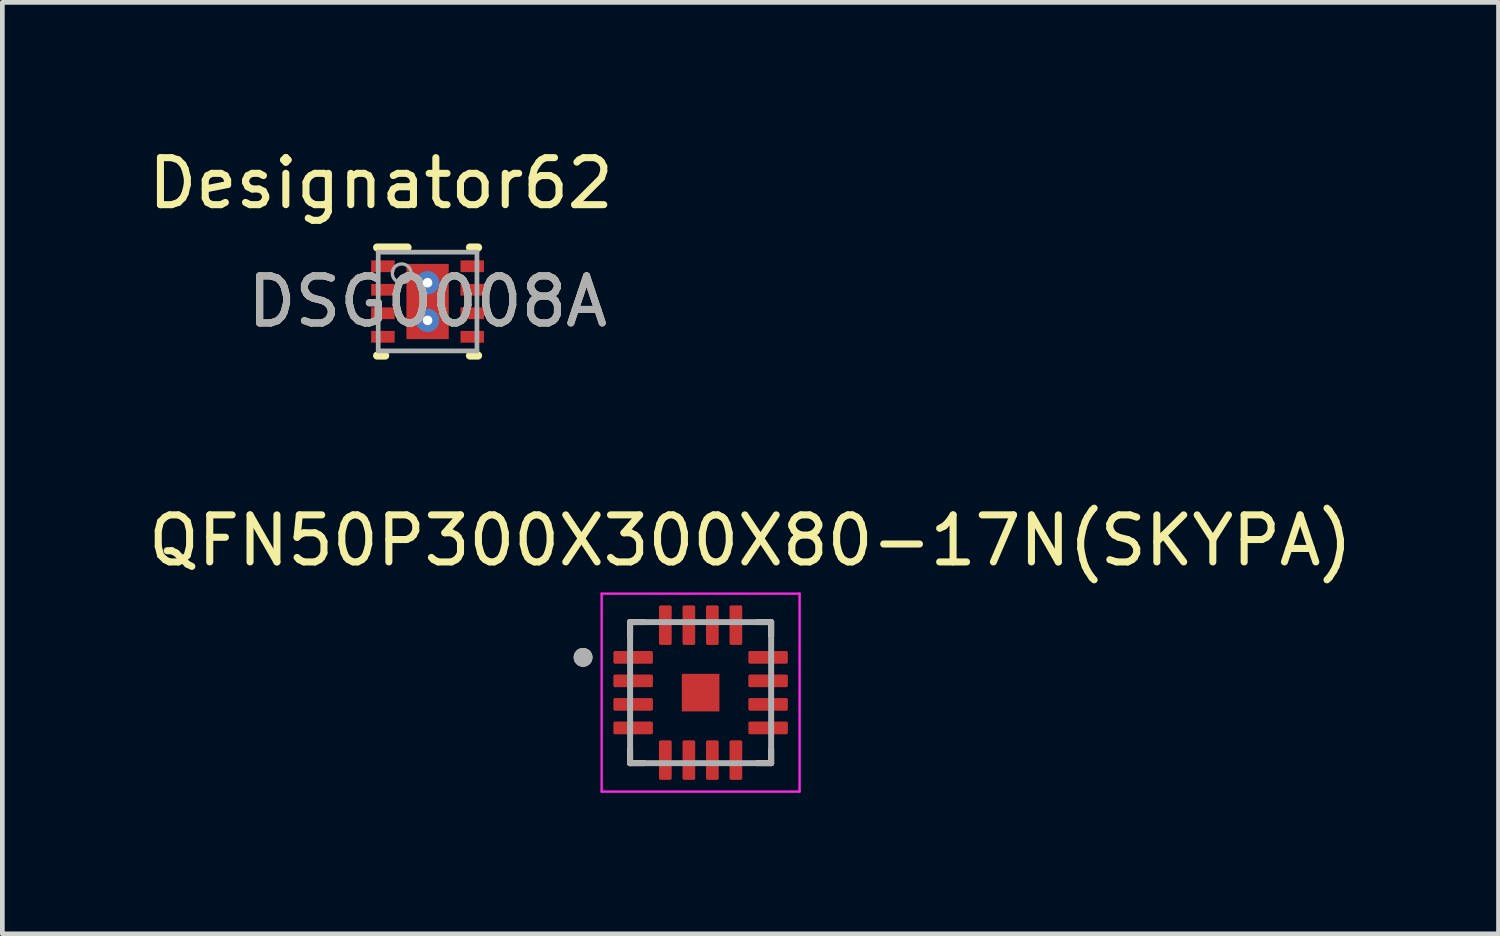
<source format=kicad_pcb>
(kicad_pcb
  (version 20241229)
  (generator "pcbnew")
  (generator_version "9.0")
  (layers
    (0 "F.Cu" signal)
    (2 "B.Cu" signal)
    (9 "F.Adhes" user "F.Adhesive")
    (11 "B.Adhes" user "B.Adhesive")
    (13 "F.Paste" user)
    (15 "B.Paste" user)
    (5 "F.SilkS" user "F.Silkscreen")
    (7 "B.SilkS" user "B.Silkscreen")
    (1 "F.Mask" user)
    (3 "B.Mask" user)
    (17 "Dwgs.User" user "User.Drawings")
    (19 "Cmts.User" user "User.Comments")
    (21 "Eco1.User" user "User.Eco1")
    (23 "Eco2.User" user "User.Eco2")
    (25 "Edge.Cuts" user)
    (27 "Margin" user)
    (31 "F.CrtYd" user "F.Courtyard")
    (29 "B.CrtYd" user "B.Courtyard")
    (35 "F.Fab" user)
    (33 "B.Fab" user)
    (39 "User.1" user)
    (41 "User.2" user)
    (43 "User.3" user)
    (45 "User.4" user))
  (footprint "QFN50P300X300X80-17N(SKYPA)"
    (layer "F.Cu")
    (at 11.851 11.681)
    (property "Reference" "QFN50P300X300X80-17N(SKYPA)" (at 1.06 -3.235 0) (layer "F.SilkS") (effects (font (size 1 1) (thickness 0.15))))
    (attr smd)
    (fp_line (start -1.5 -1.5) (end -1.5 -1.205) (stroke (width 0.127) (type solid)) (layer "F.SilkS"))
    (fp_line (start -1.5 -1.5) (end -1.205 -1.5) (stroke (width 0.127) (type solid)) (layer "F.SilkS"))
    (fp_line (start -1.5 1.5) (end -1.5 1.205) (stroke (width 0.127) (type solid)) (layer "F.SilkS"))
    (fp_line (start -1.5 1.5) (end -1.205 1.5) (stroke (width 0.127) (type solid)) (layer "F.SilkS"))
    (fp_line (start 1.5 -1.5) (end 1.205 -1.5) (stroke (width 0.127) (type solid)) (layer "F.SilkS"))
    (fp_line (start 1.5 -1.5) (end 1.5 -1.205) (stroke (width 0.127) (type solid)) (layer "F.SilkS"))
    (fp_line (start 1.5 1.5) (end 1.205 1.5) (stroke (width 0.127) (type solid)) (layer "F.SilkS"))
    (fp_line (start 1.5 1.5) (end 1.5 1.205) (stroke (width 0.127) (type solid)) (layer "F.SilkS"))
    (fp_circle (center -2.5 -0.75) (end -2.4 -0.75) (stroke (width 0.2) (type solid)) (fill no) (layer "F.SilkS"))
    (fp_poly (pts (xy -0.253 -0.253) (xy 0.253 -0.253) (xy 0.253 0.253) (xy -0.253 0.253)) (stroke (width 0.01) (type solid)) (fill yes) (layer "F.Paste"))
    (fp_line (start -2.105 -2.105) (end 2.105 -2.105) (stroke (width 0.05) (type solid)) (layer "F.CrtYd"))
    (fp_line (start -2.105 2.105) (end -2.105 -2.105) (stroke (width 0.05) (type solid)) (layer "F.CrtYd"))
    (fp_line (start -2.105 2.105) (end 2.105 2.105) (stroke (width 0.05) (type solid)) (layer "F.CrtYd"))
    (fp_line (start 2.105 2.105) (end 2.105 -2.105) (stroke (width 0.05) (type solid)) (layer "F.CrtYd"))
    (fp_line (start -1.5 1.5) (end -1.5 -1.5) (stroke (width 0.127) (type solid)) (layer "F.Fab"))
    (fp_line (start 1.5 -1.5) (end -1.5 -1.5) (stroke (width 0.127) (type solid)) (layer "F.Fab"))
    (fp_line (start 1.5 1.5) (end -1.5 1.5) (stroke (width 0.127) (type solid)) (layer "F.Fab"))
    (fp_line (start 1.5 1.5) (end 1.5 -1.5) (stroke (width 0.127) (type solid)) (layer "F.Fab"))
    (fp_circle (center -2.5 -0.75) (end -2.4 -0.75) (stroke (width 0.2) (type solid)) (fill no) (layer "F.Fab"))
    (pad "1" smd roundrect (at -1.435 -0.75) (size 0.84 0.27) (layers "F.Cu" "F.Mask" "F.Paste") (roundrect_rratio 0.125))
    (pad "2" smd roundrect (at -1.435 -0.25) (size 0.84 0.27) (layers "F.Cu" "F.Mask" "F.Paste") (roundrect_rratio 0.125))
    (pad "3" smd roundrect (at -1.435 0.25) (size 0.84 0.27) (layers "F.Cu" "F.Mask" "F.Paste") (roundrect_rratio 0.125))
    (pad "4" smd roundrect (at -1.435 0.75) (size 0.84 0.27) (layers "F.Cu" "F.Mask" "F.Paste") (roundrect_rratio 0.125))
    (pad "5" smd roundrect (at -0.75 1.435) (size 0.27 0.84) (layers "F.Cu" "F.Mask" "F.Paste") (roundrect_rratio 0.125))
    (pad "6" smd roundrect (at -0.25 1.435) (size 0.27 0.84) (layers "F.Cu" "F.Mask" "F.Paste") (roundrect_rratio 0.125))
    (pad "7" smd roundrect (at 0.25 1.435) (size 0.27 0.84) (layers "F.Cu" "F.Mask" "F.Paste") (roundrect_rratio 0.125))
    (pad "8" smd roundrect (at 0.75 1.435) (size 0.27 0.84) (layers "F.Cu" "F.Mask" "F.Paste") (roundrect_rratio 0.125))
    (pad "9" smd roundrect (at 1.435 0.75) (size 0.84 0.27) (layers "F.Cu" "F.Mask" "F.Paste") (roundrect_rratio 0.125))
    (pad "10" smd roundrect (at 1.435 0.25) (size 0.84 0.27) (layers "F.Cu" "F.Mask" "F.Paste") (roundrect_rratio 0.125))
    (pad "11" smd roundrect (at 1.435 -0.25) (size 0.84 0.27) (layers "F.Cu" "F.Mask" "F.Paste") (roundrect_rratio 0.125))
    (pad "12" smd roundrect (at 1.435 -0.75) (size 0.84 0.27) (layers "F.Cu" "F.Mask" "F.Paste") (roundrect_rratio 0.125))
    (pad "13" smd roundrect (at 0.75 -1.435) (size 0.27 0.84) (layers "F.Cu" "F.Mask" "F.Paste") (roundrect_rratio 0.125))
    (pad "14" smd roundrect (at 0.25 -1.435) (size 0.27 0.84) (layers "F.Cu" "F.Mask" "F.Paste") (roundrect_rratio 0.125))
    (pad "15" smd roundrect (at -0.25 -1.435) (size 0.27 0.84) (layers "F.Cu" "F.Mask" "F.Paste") (roundrect_rratio 0.125))
    (pad "16" smd roundrect (at -0.75 -1.435) (size 0.27 0.84) (layers "F.Cu" "F.Mask" "F.Paste") (roundrect_rratio 0.125))
    (pad "17" smd rect (at 0 0) (size 0.8 0.8) (layers "F.Cu" "F.Mask")))
  (footprint "DSG0008A"
    (layer "F.Cu")
    (at 6.044 3.363)
    (property "Reference" "DSG0008A" (at 0 0 0) (unlocked yes) (layer "F.SilkS") (effects (font (size 1 1) (thickness 0.15))))
    (attr smd)
    (fp_line (start -1.075 -1.15) (end -0.425 -1.15) (stroke (width 0.17) (type solid)) (layer "F.SilkS"))
    (fp_line (start -1.075 1.15) (end -0.9 1.15) (stroke (width 0.17) (type solid)) (layer "F.SilkS"))
    (fp_line (start 0.9 -1.15) (end 1.075 -1.15) (stroke (width 0.17) (type solid)) (layer "F.SilkS"))
    (fp_line (start 0.9 1.15) (end 1.075 1.15) (stroke (width 0.17) (type solid)) (layer "F.SilkS"))
    (fp_poly (pts (xy -0.427 0.733) (xy 0.427 0.733) (xy 0.427 -0.733) (xy -0.427 -0.733)) (stroke (width 0) (type solid)) (fill yes) (layer "F.Paste"))
    (fp_line (start -1.05 -1.05) (end 1.05 -1.05) (stroke (width 0.1) (type solid)) (layer "F.Fab"))
    (fp_line (start -1.05 1.05) (end -1.05 -1.05) (stroke (width 0.1) (type solid)) (layer "F.Fab"))
    (fp_line (start -1.05 1.05) (end 1.05 1.05) (stroke (width 0.1) (type solid)) (layer "F.Fab"))
    (fp_line (start 1.05 1.05) (end 1.05 -1.05) (stroke (width 0.1) (type solid)) (layer "F.Fab"))
    (fp_circle (center -0.55 -0.6) (end -0.35 -0.6) (stroke (width 0.07) (type solid)) (fill no) (layer "F.Fab"))
    (fp_text user "Designator62" (at -0.991 -2.515 0) (unlocked yes) (layer "F.SilkS") (effects (font (size 1 1) (thickness 0.15))))
    (fp_text user "${REFERENCE}" (at 0 0 0) (unlocked yes) (layer "F.Fab") (effects (font (size 1 1) (thickness 0.15))))
    (pad "1" smd rect (at -0.95 -0.75 90) (size 0.25 0.5) (layers "F.Cu" "F.Mask" "F.Paste"))
    (pad "2" smd rect (at -0.95 -0.25 90) (size 0.25 0.5) (layers "F.Cu" "F.Mask" "F.Paste"))
    (pad "3" smd rect (at -0.95 0.25 90) (size 0.25 0.5) (layers "F.Cu" "F.Mask" "F.Paste"))
    (pad "4" smd rect (at -0.95 0.75 90) (size 0.25 0.5) (layers "F.Cu" "F.Mask" "F.Paste"))
    (pad "5" smd rect (at 0.95 0.75 90) (size 0.25 0.5) (layers "F.Cu" "F.Mask" "F.Paste"))
    (pad "6" smd rect (at 0.95 0.25 90) (size 0.25 0.5) (layers "F.Cu" "F.Mask" "F.Paste"))
    (pad "7" smd rect (at 0.95 -0.25 90) (size 0.25 0.5) (layers "F.Cu" "F.Mask" "F.Paste"))
    (pad "8" smd rect (at 0.95 -0.75 90) (size 0.25 0.5) (layers "F.Cu" "F.Mask" "F.Paste"))
    (pad "9" smd rect (at 0 -0.000003) (size 0.9 1.6) (layers "F.Cu" "F.Mask" "F.Paste"))
    (pad "V" thru_hole circle (at 0 -0.4) (size 0.5 0.5) (drill 0.203) (layers "*.Cu" "*.Mask"))
    (pad "V" thru_hole circle (at 0 0.4) (size 0.5 0.5) (drill 0.203) (layers "*.Cu" "*.Mask")))
  (gr_rect
    (start -3 -3)
    (end 28.821 16.811)
    (stroke (width 0.1) (type default))
    (fill no)
    (layer "Edge.Cuts")))
</source>
